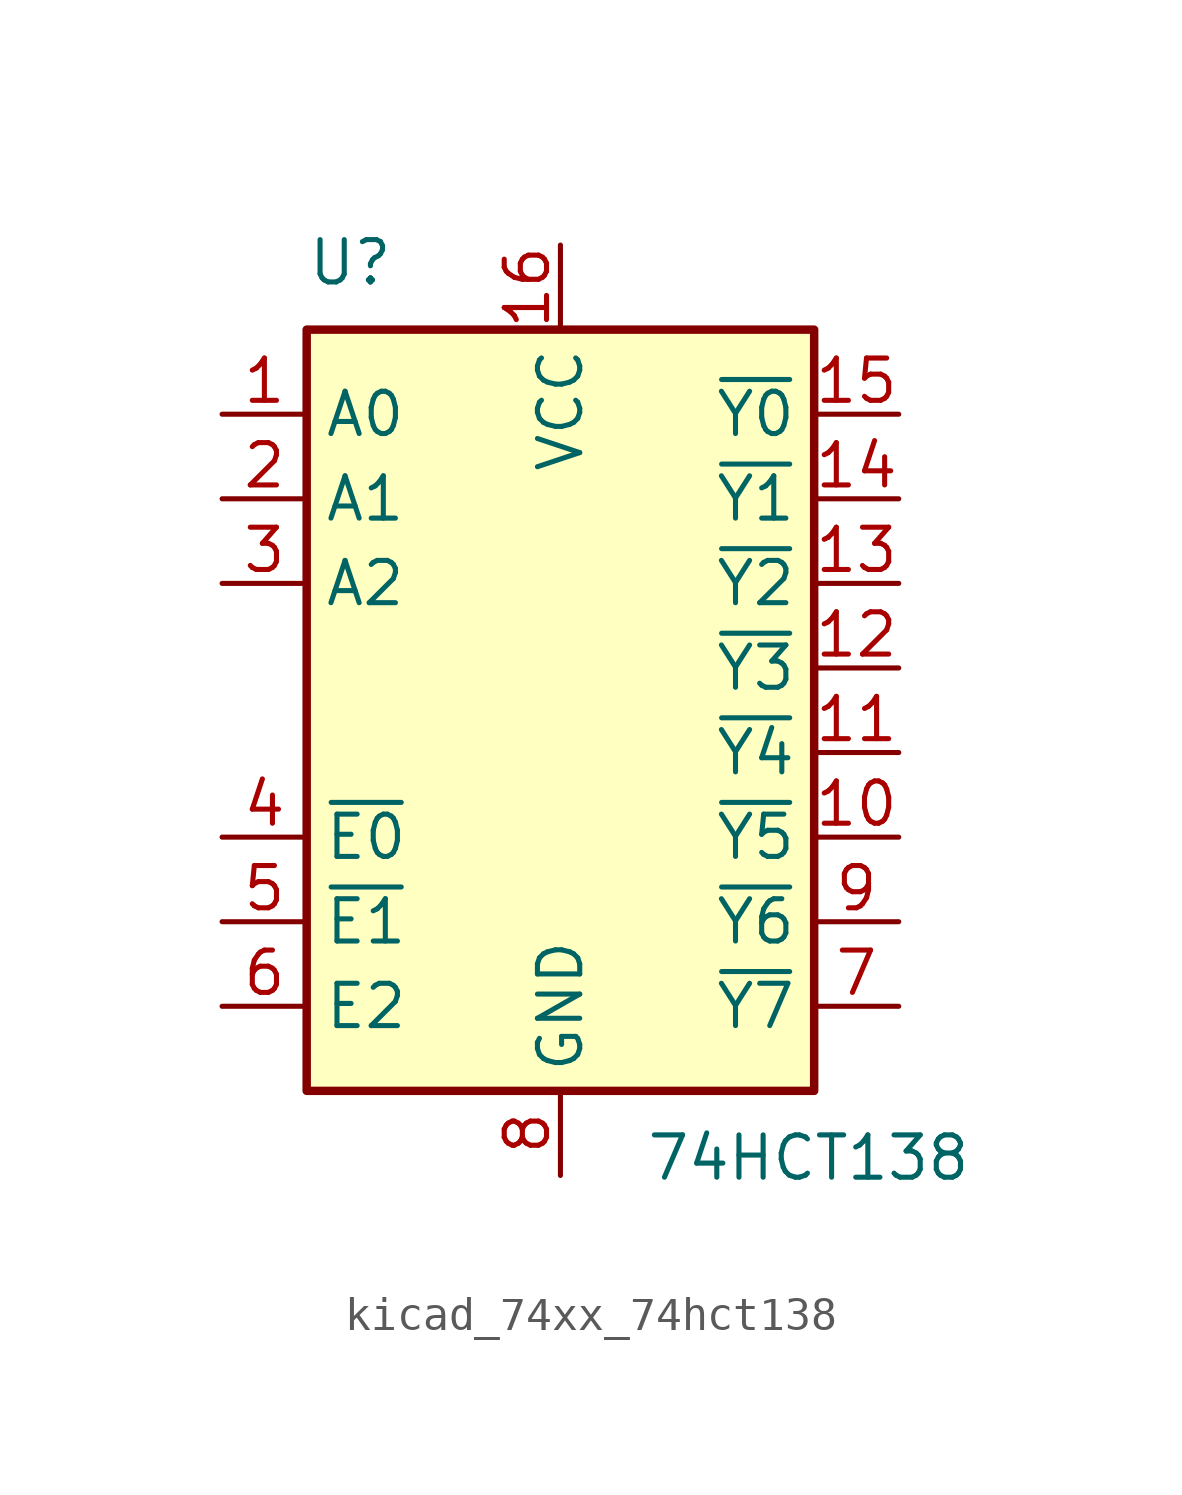
<source format=kicad_sym>
(kicad_symbol_lib
  (version 20220914)
  (generator kicad_symbol_editor)
  (symbol "kicad_74xx_74hct138"
    (property "Reference" "U"
      (at -7.62 13.97 0)
      (effects (font (size 1.27 1.27)) (justify left bottom)))
    (property "Value" "74HCT138"
      (at 2.54 -11.43 0)
      (effects (font (size 1.27 1.27)) (justify left top)))
    (symbol "kicad_74xx_74hct138_0_1"
      (rectangle (start -7.62 12.7) (end 7.62 -10.16) (stroke (width 0.254) (type default)) (fill (type background))))
    (symbol "kicad_74xx_74hct138_1_1"
      (pin input line (at -10.16 10.16 0) (length 2.54) (name "A0" (effects (font (size 1.27 1.27)))) (number "1" (effects (font (size 1.27 1.27)))))
      (pin output line (at 10.16 -2.54 180) (length 2.54) (name "~{Y5}" (effects (font (size 1.27 1.27)))) (number "10" (effects (font (size 1.27 1.27)))))
      (pin output line (at 10.16 0 180) (length 2.54) (name "~{Y4}" (effects (font (size 1.27 1.27)))) (number "11" (effects (font (size 1.27 1.27)))))
      (pin output line (at 10.16 2.54 180) (length 2.54) (name "~{Y3}" (effects (font (size 1.27 1.27)))) (number "12" (effects (font (size 1.27 1.27)))))
      (pin output line (at 10.16 5.08 180) (length 2.54) (name "~{Y2}" (effects (font (size 1.27 1.27)))) (number "13" (effects (font (size 1.27 1.27)))))
      (pin output line (at 10.16 7.62 180) (length 2.54) (name "~{Y1}" (effects (font (size 1.27 1.27)))) (number "14" (effects (font (size 1.27 1.27)))))
      (pin output line (at 10.16 10.16 180) (length 2.54) (name "~{Y0}" (effects (font (size 1.27 1.27)))) (number "15" (effects (font (size 1.27 1.27)))))
      (pin power_in line (at 0 15.24 270) (length 2.54) (name "VCC" (effects (font (size 1.27 1.27)))) (number "16" (effects (font (size 1.27 1.27)))))
      (pin input line (at -10.16 7.62 0) (length 2.54) (name "A1" (effects (font (size 1.27 1.27)))) (number "2" (effects (font (size 1.27 1.27)))))
      (pin input line (at -10.16 5.08 0) (length 2.54) (name "A2" (effects (font (size 1.27 1.27)))) (number "3" (effects (font (size 1.27 1.27)))))
      (pin input line (at -10.16 -2.54 0) (length 2.54) (name "~{E0}" (effects (font (size 1.27 1.27)))) (number "4" (effects (font (size 1.27 1.27)))))
      (pin input line (at -10.16 -5.08 0) (length 2.54) (name "~{E1}" (effects (font (size 1.27 1.27)))) (number "5" (effects (font (size 1.27 1.27)))))
      (pin input line (at -10.16 -7.62 0) (length 2.54) (name "E2" (effects (font (size 1.27 1.27)))) (number "6" (effects (font (size 1.27 1.27)))))
      (pin output line (at 10.16 -7.62 180) (length 2.54) (name "~{Y7}" (effects (font (size 1.27 1.27)))) (number "7" (effects (font (size 1.27 1.27)))))
      (pin power_in line (at 0 -12.7 90) (length 2.54) (name "GND" (effects (font (size 1.27 1.27)))) (number "8" (effects (font (size 1.27 1.27)))))
      (pin output line (at 10.16 -5.08 180) (length 2.54) (name "~{Y6}" (effects (font (size 1.27 1.27)))) (number "9" (effects (font (size 1.27 1.27))))))))
</source>
